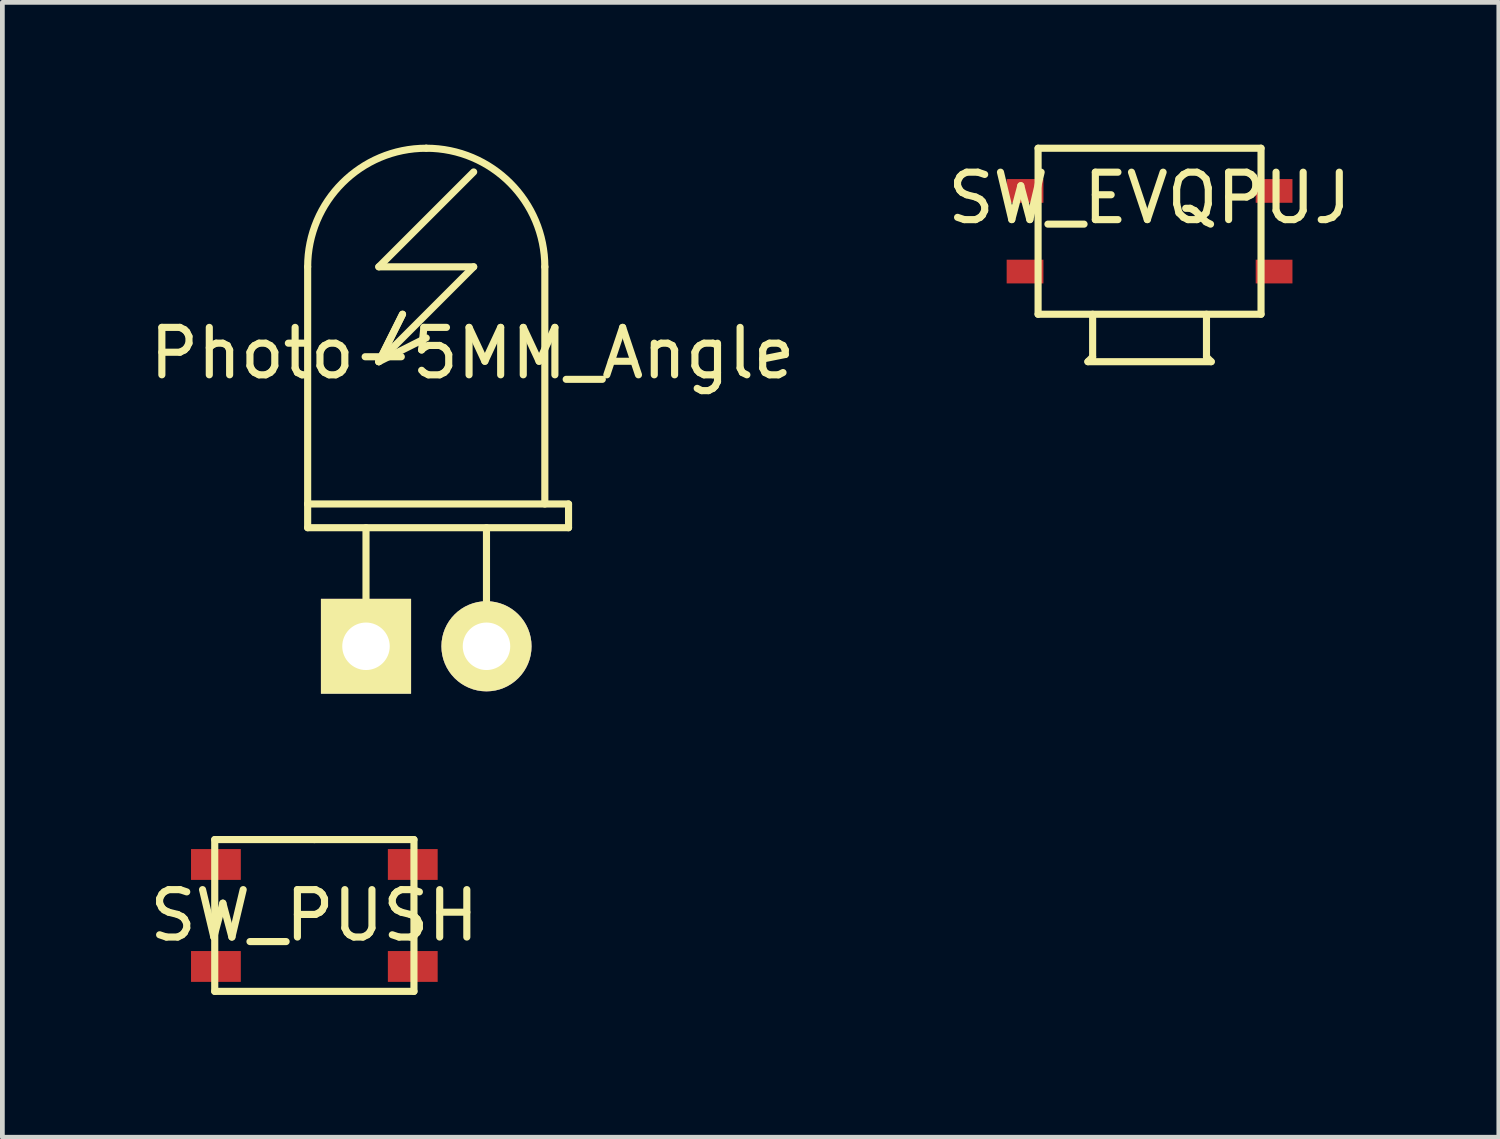
<source format=kicad_pcb>
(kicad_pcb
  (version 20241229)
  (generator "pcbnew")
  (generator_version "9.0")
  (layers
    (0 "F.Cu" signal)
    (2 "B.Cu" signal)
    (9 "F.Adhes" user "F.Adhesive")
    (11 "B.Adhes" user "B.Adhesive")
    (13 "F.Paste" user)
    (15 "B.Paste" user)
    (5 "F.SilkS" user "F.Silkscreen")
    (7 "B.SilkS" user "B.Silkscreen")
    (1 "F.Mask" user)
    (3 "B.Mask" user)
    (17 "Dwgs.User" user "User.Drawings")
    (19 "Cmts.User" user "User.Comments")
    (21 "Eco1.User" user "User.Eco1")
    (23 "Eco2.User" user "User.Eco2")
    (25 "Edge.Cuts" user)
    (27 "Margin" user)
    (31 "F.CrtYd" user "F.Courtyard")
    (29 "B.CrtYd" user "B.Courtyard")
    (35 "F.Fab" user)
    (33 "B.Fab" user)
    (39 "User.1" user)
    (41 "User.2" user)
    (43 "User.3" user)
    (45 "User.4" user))
  (footprint "Photo-5MM_Angle"
    (placed yes)
    (layer "F.Cu")
    (at 5.936 10.575)
    (property "Reference" "Photo-5MM_Angle" (at 0.974 -6.178 0) (layer "F.SilkS") (effects (font (size 1 1) (thickness 0.15))))
    (attr through_hole)
    (fp_line (start -2.5 -8) (end -2.5 -3) (stroke (width 0.15) (type solid)) (layer "F.SilkS"))
    (fp_line (start -2.5 -3) (end -2.5 -2.5) (stroke (width 0.15) (type solid)) (layer "F.SilkS"))
    (fp_line (start -2.5 -2.5) (end 3 -2.5) (stroke (width 0.15) (type solid)) (layer "F.SilkS"))
    (fp_line (start -1.27 -2.5) (end -1.27 0) (stroke (width 0.15) (type solid)) (layer "F.SilkS"))
    (fp_line (start -1 -8) (end 1 -8) (stroke (width 0.15) (type solid)) (layer "F.SilkS"))
    (fp_line (start -1 -6) (end -0.5 -7) (stroke (width 0.15) (type solid)) (layer "F.SilkS"))
    (fp_line (start -1 -6) (end 0 -6.5) (stroke (width 0.15) (type solid)) (layer "F.SilkS"))
    (fp_line (start -0.5 -7) (end -1 -6) (stroke (width 0.15) (type solid)) (layer "F.SilkS"))
    (fp_line (start 1 -10) (end -1 -8) (stroke (width 0.15) (type solid)) (layer "F.SilkS"))
    (fp_line (start 1 -8) (end -1 -6) (stroke (width 0.15) (type solid)) (layer "F.SilkS"))
    (fp_line (start 1.27 0) (end 1.27 -2.5) (stroke (width 0.15) (type solid)) (layer "F.SilkS"))
    (fp_line (start 2.5 -3) (end 2.5 -8) (stroke (width 0.15) (type solid)) (layer "F.SilkS"))
    (fp_line (start 3 -3) (end -2.5 -3) (stroke (width 0.15) (type solid)) (layer "F.SilkS"))
    (fp_line (start 3 -2.5) (end 3 -3) (stroke (width 0.15) (type solid)) (layer "F.SilkS"))
    (fp_arc (start -2.5 -8) (mid -1.767767 -9.767767) (end 0 -10.5) (stroke (width 0.15) (type solid)) (layer "F.SilkS"))
    (fp_arc (start 0 -10.5) (mid 1.767767 -9.767767) (end 2.5 -8) (stroke (width 0.15) (type solid)) (layer "F.SilkS"))
    (pad "1" thru_hole rect (at -1.27 0 90) (size 2 1.9) (drill 1.001) (layers "*.Cu" "*.Mask" "F.SilkS"))
    (pad "2" thru_hole circle (at 1.27 0) (size 1.9 1.9) (drill 1.001) (layers "*.Cu" "*.Mask" "F.SilkS")))
  (footprint "SW_PUSH"
    (layer "F.Cu")
    (at 3.577 16.25)
    (property "Reference" "SW_PUSH" (at 0 0 0) (layer "F.SilkS") (effects (font (size 1 1) (thickness 0.15))))
    (attr through_hole)
    (fp_line (start -2.1 -1.6) (end -2.1 1.6) (stroke (width 0.15) (type solid)) (layer "F.SilkS"))
    (fp_line (start -2.1 1.6) (end 2.1 1.6) (stroke (width 0.15) (type solid)) (layer "F.SilkS"))
    (fp_line (start 0 -1.6) (end -2.1 -1.6) (stroke (width 0.15) (type solid)) (layer "F.SilkS"))
    (fp_line (start 2.1 -1.6) (end 0 -1.6) (stroke (width 0.15) (type solid)) (layer "F.SilkS"))
    (fp_line (start 2.1 1.6) (end 2.1 -1.6) (stroke (width 0.15) (type solid)) (layer "F.SilkS"))
    (pad "1" smd rect (at -2.075 -1.075) (size 1.05 0.65) (layers "F.Cu" "F.Mask" "F.Paste"))
    (pad "2" smd rect (at -2.075 1.075) (size 1.05 0.65) (layers "F.Cu" "F.Mask" "F.Paste"))
    (pad "3" smd rect (at 2.075 -1.075) (size 1.05 0.65) (layers "F.Cu" "F.Mask" "F.Paste"))
    (pad "4" smd rect (at 2.075 1.075) (size 1.05 0.65) (layers "F.Cu" "F.Mask" "F.Paste")))
  (footprint "SW_EVQPUJ"
    (layer "F.Cu")
    (at 21.185 1.825)
    (property "Reference" "SW_EVQPUJ" (at 0 -0.7 0) (layer "F.SilkS") (effects (font (size 1 1) (thickness 0.15))))
    (attr through_hole)
    (fp_line (start -2.35 -1.75) (end -2.35 1.75) (stroke (width 0.15) (type solid)) (layer "F.SilkS"))
    (fp_line (start -2.35 1.75) (end 2.35 1.75) (stroke (width 0.15) (type solid)) (layer "F.SilkS"))
    (fp_line (start -1.3 2.75) (end -1.2 2.65) (stroke (width 0.15) (type solid)) (layer "F.SilkS"))
    (fp_line (start -1.3 2.75) (end 1.3 2.75) (stroke (width 0.15) (type solid)) (layer "F.SilkS"))
    (fp_line (start -1.2 2.65) (end -1.2 1.75) (stroke (width 0.15) (type solid)) (layer "F.SilkS"))
    (fp_line (start 1.2 2.65) (end 1.2 1.75) (stroke (width 0.15) (type solid)) (layer "F.SilkS"))
    (fp_line (start 1.3 2.75) (end 1.2 2.65) (stroke (width 0.15) (type solid)) (layer "F.SilkS"))
    (fp_line (start 2.35 -1.75) (end -2.35 -1.75) (stroke (width 0.15) (type solid)) (layer "F.SilkS"))
    (fp_line (start 2.35 1.75) (end 2.35 -1.75) (stroke (width 0.15) (type solid)) (layer "F.SilkS"))
    (pad "1" smd rect (at 2.625 -0.85) (size 0.775 0.5) (layers "F.Cu" "F.Mask" "F.Paste"))
    (pad "2" smd rect (at 2.625 0.85) (size 0.775 0.5) (layers "F.Cu" "F.Mask" "F.Paste"))
    (pad "3" smd rect (at -2.625 -0.85) (size 0.775 0.5) (layers "F.Cu" "F.Mask" "F.Paste"))
    (pad "4" smd rect (at -2.625 0.85) (size 0.775 0.5) (layers "F.Cu" "F.Mask" "F.Paste")))
  (gr_rect
    (start -3 -3)
    (end 28.548 20.925)
    (stroke (width 0.1) (type default))
    (fill no)
    (layer "Edge.Cuts")))
</source>
